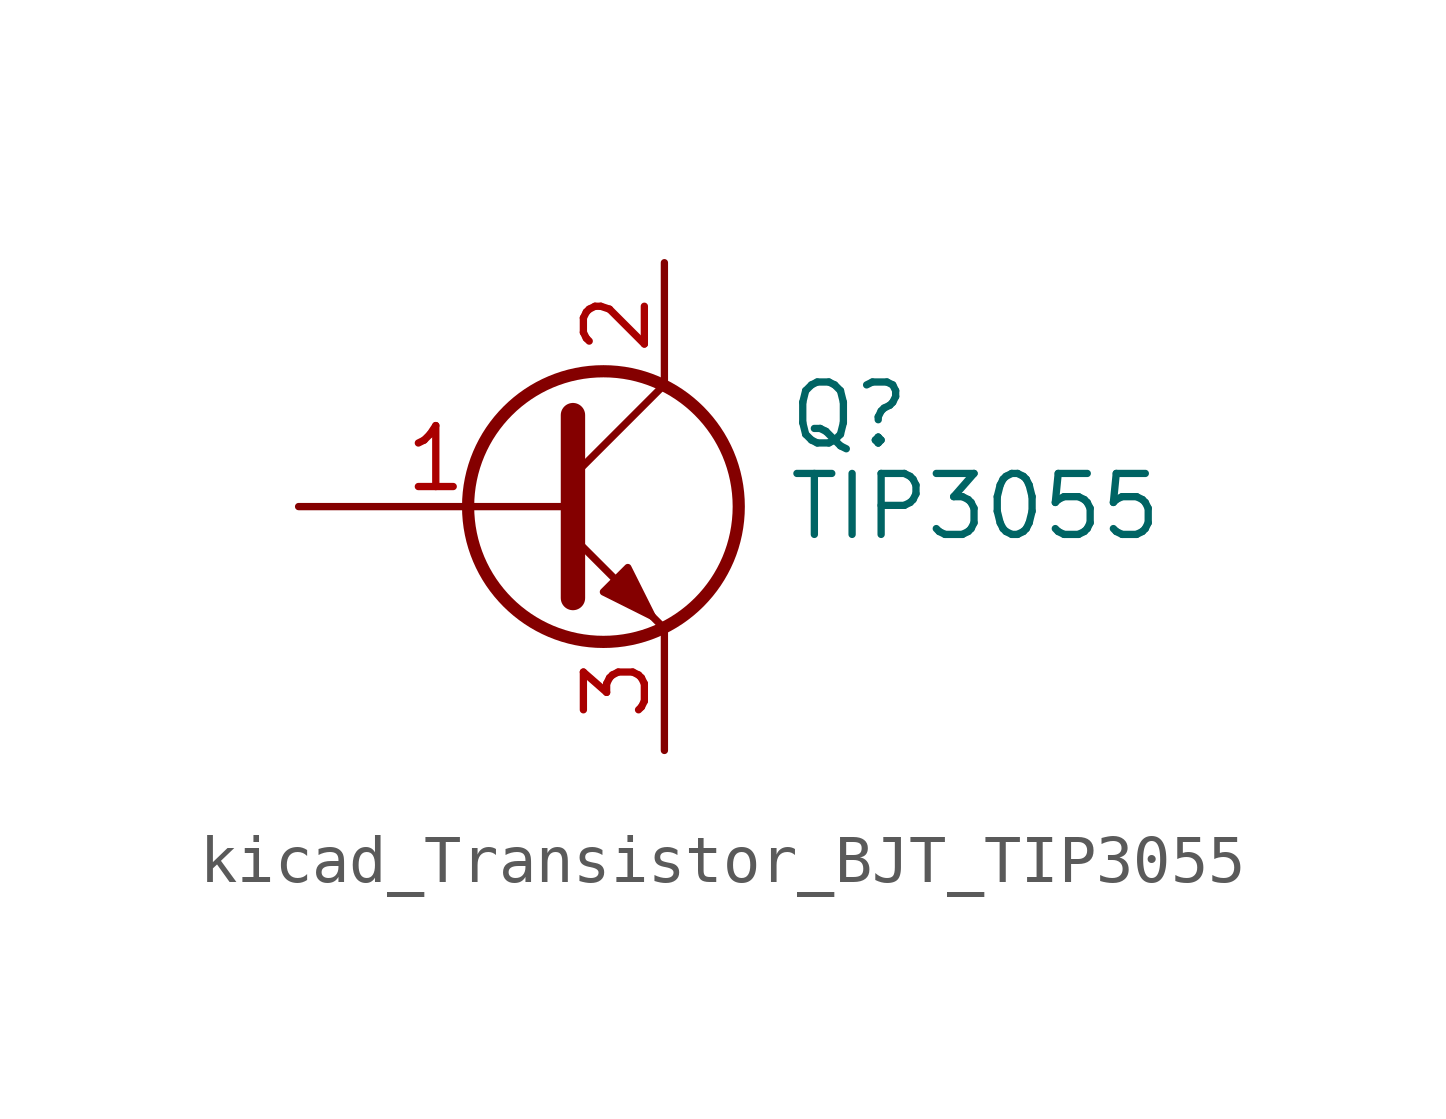
<source format=kicad_sym>
(kicad_symbol_lib
  (version 20220914)
  (generator kicad_symbol_editor)
  (symbol "kicad_Transistor_BJT_TIP3055"
    (pin_names
      (offset 0) hide)
    (property "Reference" "Q"
      (at 5.08 1.905 0)
      (effects (font (size 1.27 1.27)) (justify left)))
    (property "Value" "TIP3055"
      (at 5.08 0 0)
      (effects (font (size 1.27 1.27)) (justify left)))
    (symbol "kicad_Transistor_BJT_TIP3055_0_1"
      (polyline (pts (xy 0.635 0.635) (xy 2.54 2.54)) (stroke (width 0) (type default)) (fill (type none)))
      (polyline (pts (xy 0.635 -0.635) (xy 2.54 -2.54) (xy 2.54 -2.54)) (stroke (width 0) (type default)) (fill (type none)))
      (polyline (pts (xy 0.635 1.905) (xy 0.635 -1.905) (xy 0.635 -1.905)) (stroke (width 0.508) (type default)) (fill (type none)))
      (polyline (pts (xy 1.27 -1.778) (xy 1.778 -1.27) (xy 2.286 -2.286) (xy 1.27 -1.778) (xy 1.27 -1.778)) (stroke (width 0) (type default)) (fill (type outline)))
      (circle (center 1.27 0) (radius 2.819) (stroke (width 0.254) (type default)) (fill (type none))))
    (symbol "kicad_Transistor_BJT_TIP3055_1_1"
      (pin input line (at -5.08 0 0) (length 5.715) (name "B" (effects (font (size 1.27 1.27)))) (number "1" (effects (font (size 1.27 1.27)))))
      (pin passive line (at 2.54 5.08 270) (length 2.54) (name "C" (effects (font (size 1.27 1.27)))) (number "2" (effects (font (size 1.27 1.27)))))
      (pin passive line (at 2.54 -5.08 90) (length 2.54) (name "E" (effects (font (size 1.27 1.27)))) (number "3" (effects (font (size 1.27 1.27))))))))
</source>
